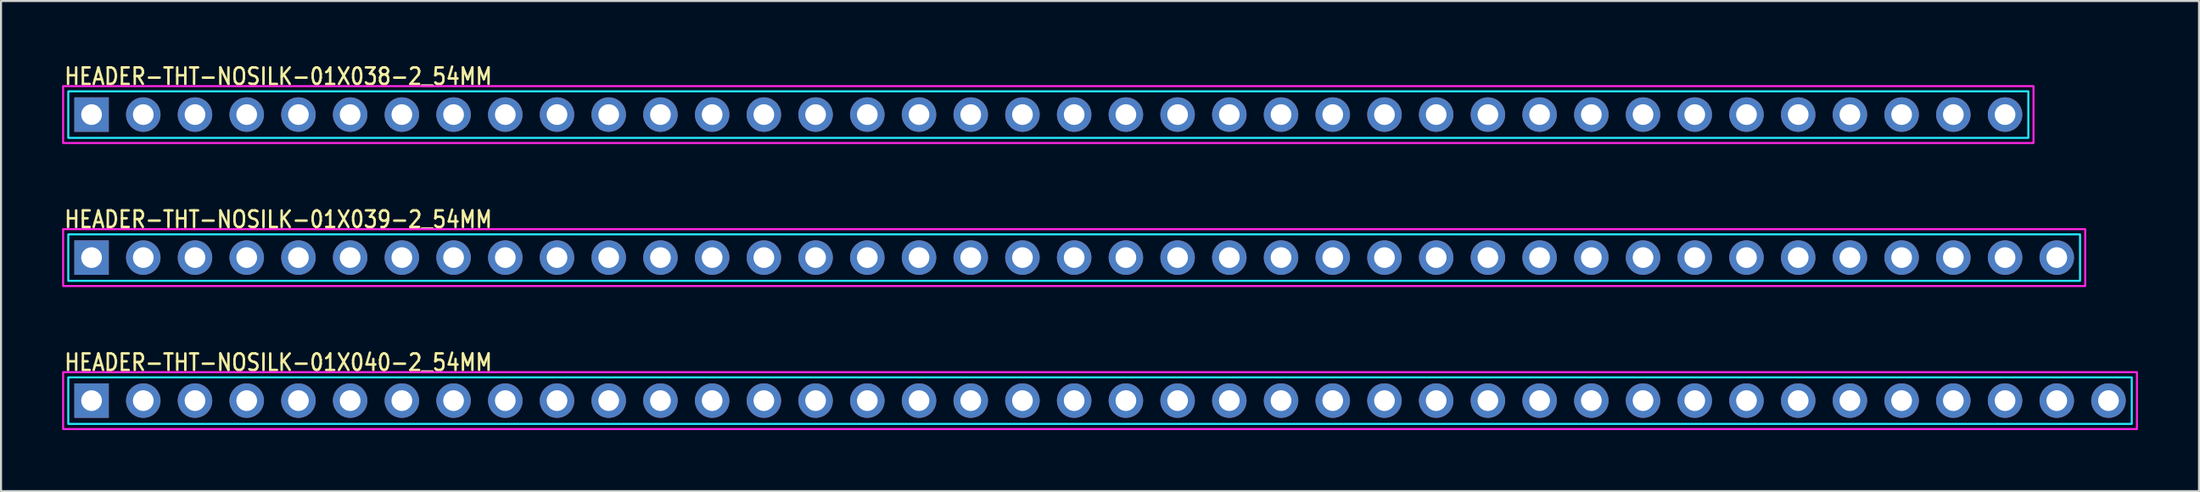
<source format=kicad_pcb>
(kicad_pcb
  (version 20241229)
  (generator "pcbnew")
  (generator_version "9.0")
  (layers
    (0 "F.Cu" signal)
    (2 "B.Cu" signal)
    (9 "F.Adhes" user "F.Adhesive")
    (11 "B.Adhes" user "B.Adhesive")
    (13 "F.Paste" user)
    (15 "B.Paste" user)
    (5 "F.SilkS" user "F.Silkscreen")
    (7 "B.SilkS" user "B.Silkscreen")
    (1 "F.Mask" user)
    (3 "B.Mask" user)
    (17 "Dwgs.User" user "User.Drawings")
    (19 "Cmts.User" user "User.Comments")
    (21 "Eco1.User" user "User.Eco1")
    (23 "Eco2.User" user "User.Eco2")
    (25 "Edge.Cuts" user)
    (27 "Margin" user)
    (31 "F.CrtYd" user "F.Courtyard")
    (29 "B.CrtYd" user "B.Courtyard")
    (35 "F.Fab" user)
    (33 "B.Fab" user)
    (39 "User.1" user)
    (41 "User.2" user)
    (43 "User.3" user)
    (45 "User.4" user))
  (footprint "HEADER-THT-NOSILK-01X038-2_54MM"
    (layer "F.Cu")
    (at 1.447 2.579)
    (property "Reference" "HEADER-THT-NOSILK-01X038-2_54MM" (at -1.4 -1.4 0) (unlocked yes) (layer "F.SilkS") (effects (font (size 0.813 0.695) (thickness 0.122)) (justify left bottom)))
    (fp_poly (pts (xy -1.143 -1.143) (xy 95.123 -1.143) (xy 95.123 1.143) (xy -1.143 1.143)) (stroke (width 0.1) (type solid)) (fill no) (layer "B.CrtYd"))
    (fp_poly (pts (xy -1.397 -1.397) (xy 95.377 -1.397) (xy 95.377 1.397) (xy -1.397 1.397)) (stroke (width 0.1) (type solid)) (fill no) (layer "F.CrtYd"))
    (pad "1" thru_hole rect (at 0 0) (size 1.693 1.693) (drill 1.016) (layers "*.Cu" "*.Mask"))
    (pad "2" thru_hole oval (at 2.54 0) (size 1.693 1.693) (drill 1.016) (layers "*.Cu" "*.Mask"))
    (pad "3" thru_hole oval (at 5.08 0) (size 1.693 1.693) (drill 1.016) (layers "*.Cu" "*.Mask"))
    (pad "4" thru_hole oval (at 7.62 0) (size 1.693 1.693) (drill 1.016) (layers "*.Cu" "*.Mask"))
    (pad "5" thru_hole oval (at 10.16 0) (size 1.693 1.693) (drill 1.016) (layers "*.Cu" "*.Mask"))
    (pad "6" thru_hole oval (at 12.7 0) (size 1.693 1.693) (drill 1.016) (layers "*.Cu" "*.Mask"))
    (pad "7" thru_hole oval (at 15.24 0) (size 1.693 1.693) (drill 1.016) (layers "*.Cu" "*.Mask"))
    (pad "8" thru_hole oval (at 17.78 0) (size 1.693 1.693) (drill 1.016) (layers "*.Cu" "*.Mask"))
    (pad "9" thru_hole oval (at 20.32 0) (size 1.693 1.693) (drill 1.016) (layers "*.Cu" "*.Mask"))
    (pad "10" thru_hole oval (at 22.86 0) (size 1.693 1.693) (drill 1.016) (layers "*.Cu" "*.Mask"))
    (pad "11" thru_hole oval (at 25.4 0) (size 1.693 1.693) (drill 1.016) (layers "*.Cu" "*.Mask"))
    (pad "12" thru_hole oval (at 27.94 0) (size 1.693 1.693) (drill 1.016) (layers "*.Cu" "*.Mask"))
    (pad "13" thru_hole oval (at 30.48 0) (size 1.693 1.693) (drill 1.016) (layers "*.Cu" "*.Mask"))
    (pad "14" thru_hole oval (at 33.02 0) (size 1.693 1.693) (drill 1.016) (layers "*.Cu" "*.Mask"))
    (pad "15" thru_hole oval (at 35.56 0) (size 1.693 1.693) (drill 1.016) (layers "*.Cu" "*.Mask"))
    (pad "16" thru_hole oval (at 38.1 0) (size 1.693 1.693) (drill 1.016) (layers "*.Cu" "*.Mask"))
    (pad "17" thru_hole oval (at 40.64 0) (size 1.693 1.693) (drill 1.016) (layers "*.Cu" "*.Mask"))
    (pad "18" thru_hole oval (at 43.18 0) (size 1.693 1.693) (drill 1.016) (layers "*.Cu" "*.Mask"))
    (pad "19" thru_hole oval (at 45.72 0) (size 1.693 1.693) (drill 1.016) (layers "*.Cu" "*.Mask"))
    (pad "20" thru_hole oval (at 48.26 0) (size 1.693 1.693) (drill 1.016) (layers "*.Cu" "*.Mask"))
    (pad "21" thru_hole oval (at 50.8 0) (size 1.693 1.693) (drill 1.016) (layers "*.Cu" "*.Mask"))
    (pad "22" thru_hole oval (at 53.34 0) (size 1.693 1.693) (drill 1.016) (layers "*.Cu" "*.Mask"))
    (pad "23" thru_hole oval (at 55.88 0) (size 1.693 1.693) (drill 1.016) (layers "*.Cu" "*.Mask"))
    (pad "24" thru_hole oval (at 58.42 0) (size 1.693 1.693) (drill 1.016) (layers "*.Cu" "*.Mask"))
    (pad "25" thru_hole oval (at 60.96 0) (size 1.693 1.693) (drill 1.016) (layers "*.Cu" "*.Mask"))
    (pad "26" thru_hole oval (at 63.5 0) (size 1.693 1.693) (drill 1.016) (layers "*.Cu" "*.Mask"))
    (pad "27" thru_hole oval (at 66.04 0) (size 1.693 1.693) (drill 1.016) (layers "*.Cu" "*.Mask"))
    (pad "28" thru_hole oval (at 68.58 0) (size 1.693 1.693) (drill 1.016) (layers "*.Cu" "*.Mask"))
    (pad "29" thru_hole oval (at 71.12 0) (size 1.693 1.693) (drill 1.016) (layers "*.Cu" "*.Mask"))
    (pad "30" thru_hole oval (at 73.66 0) (size 1.693 1.693) (drill 1.016) (layers "*.Cu" "*.Mask"))
    (pad "31" thru_hole oval (at 76.2 0) (size 1.693 1.693) (drill 1.016) (layers "*.Cu" "*.Mask"))
    (pad "32" thru_hole oval (at 78.74 0) (size 1.693 1.693) (drill 1.016) (layers "*.Cu" "*.Mask"))
    (pad "33" thru_hole oval (at 81.28 0) (size 1.693 1.693) (drill 1.016) (layers "*.Cu" "*.Mask"))
    (pad "34" thru_hole oval (at 83.82 0) (size 1.693 1.693) (drill 1.016) (layers "*.Cu" "*.Mask"))
    (pad "35" thru_hole oval (at 86.36 0) (size 1.693 1.693) (drill 1.016) (layers "*.Cu" "*.Mask"))
    (pad "36" thru_hole oval (at 88.9 0) (size 1.693 1.693) (drill 1.016) (layers "*.Cu" "*.Mask"))
    (pad "37" thru_hole oval (at 91.44 0) (size 1.693 1.693) (drill 1.016) (layers "*.Cu" "*.Mask"))
    (pad "38" thru_hole oval (at 93.98 0) (size 1.693 1.693) (drill 1.016) (layers "*.Cu" "*.Mask")))
  (footprint "HEADER-THT-NOSILK-01X039-2_54MM"
    (layer "F.Cu")
    (at 1.447 9.604)
    (property "Reference" "HEADER-THT-NOSILK-01X039-2_54MM" (at -1.4 -1.4 0) (unlocked yes) (layer "F.SilkS") (effects (font (size 0.813 0.695) (thickness 0.122)) (justify left bottom)))
    (fp_poly (pts (xy -1.143 -1.143) (xy 97.663 -1.143) (xy 97.663 1.143) (xy -1.143 1.143)) (stroke (width 0.1) (type solid)) (fill no) (layer "B.CrtYd"))
    (fp_poly (pts (xy -1.397 -1.397) (xy 97.917 -1.397) (xy 97.917 1.397) (xy -1.397 1.397)) (stroke (width 0.1) (type solid)) (fill no) (layer "F.CrtYd"))
    (pad "1" thru_hole rect (at 0 0) (size 1.693 1.693) (drill 1.016) (layers "*.Cu" "*.Mask"))
    (pad "2" thru_hole oval (at 2.54 0) (size 1.693 1.693) (drill 1.016) (layers "*.Cu" "*.Mask"))
    (pad "3" thru_hole oval (at 5.08 0) (size 1.693 1.693) (drill 1.016) (layers "*.Cu" "*.Mask"))
    (pad "4" thru_hole oval (at 7.62 0) (size 1.693 1.693) (drill 1.016) (layers "*.Cu" "*.Mask"))
    (pad "5" thru_hole oval (at 10.16 0) (size 1.693 1.693) (drill 1.016) (layers "*.Cu" "*.Mask"))
    (pad "6" thru_hole oval (at 12.7 0) (size 1.693 1.693) (drill 1.016) (layers "*.Cu" "*.Mask"))
    (pad "7" thru_hole oval (at 15.24 0) (size 1.693 1.693) (drill 1.016) (layers "*.Cu" "*.Mask"))
    (pad "8" thru_hole oval (at 17.78 0) (size 1.693 1.693) (drill 1.016) (layers "*.Cu" "*.Mask"))
    (pad "9" thru_hole oval (at 20.32 0) (size 1.693 1.693) (drill 1.016) (layers "*.Cu" "*.Mask"))
    (pad "10" thru_hole oval (at 22.86 0) (size 1.693 1.693) (drill 1.016) (layers "*.Cu" "*.Mask"))
    (pad "11" thru_hole oval (at 25.4 0) (size 1.693 1.693) (drill 1.016) (layers "*.Cu" "*.Mask"))
    (pad "12" thru_hole oval (at 27.94 0) (size 1.693 1.693) (drill 1.016) (layers "*.Cu" "*.Mask"))
    (pad "13" thru_hole oval (at 30.48 0) (size 1.693 1.693) (drill 1.016) (layers "*.Cu" "*.Mask"))
    (pad "14" thru_hole oval (at 33.02 0) (size 1.693 1.693) (drill 1.016) (layers "*.Cu" "*.Mask"))
    (pad "15" thru_hole oval (at 35.56 0) (size 1.693 1.693) (drill 1.016) (layers "*.Cu" "*.Mask"))
    (pad "16" thru_hole oval (at 38.1 0) (size 1.693 1.693) (drill 1.016) (layers "*.Cu" "*.Mask"))
    (pad "17" thru_hole oval (at 40.64 0) (size 1.693 1.693) (drill 1.016) (layers "*.Cu" "*.Mask"))
    (pad "18" thru_hole oval (at 43.18 0) (size 1.693 1.693) (drill 1.016) (layers "*.Cu" "*.Mask"))
    (pad "19" thru_hole oval (at 45.72 0) (size 1.693 1.693) (drill 1.016) (layers "*.Cu" "*.Mask"))
    (pad "20" thru_hole oval (at 48.26 0) (size 1.693 1.693) (drill 1.016) (layers "*.Cu" "*.Mask"))
    (pad "21" thru_hole oval (at 50.8 0) (size 1.693 1.693) (drill 1.016) (layers "*.Cu" "*.Mask"))
    (pad "22" thru_hole oval (at 53.34 0) (size 1.693 1.693) (drill 1.016) (layers "*.Cu" "*.Mask"))
    (pad "23" thru_hole oval (at 55.88 0) (size 1.693 1.693) (drill 1.016) (layers "*.Cu" "*.Mask"))
    (pad "24" thru_hole oval (at 58.42 0) (size 1.693 1.693) (drill 1.016) (layers "*.Cu" "*.Mask"))
    (pad "25" thru_hole oval (at 60.96 0) (size 1.693 1.693) (drill 1.016) (layers "*.Cu" "*.Mask"))
    (pad "26" thru_hole oval (at 63.5 0) (size 1.693 1.693) (drill 1.016) (layers "*.Cu" "*.Mask"))
    (pad "27" thru_hole oval (at 66.04 0) (size 1.693 1.693) (drill 1.016) (layers "*.Cu" "*.Mask"))
    (pad "28" thru_hole oval (at 68.58 0) (size 1.693 1.693) (drill 1.016) (layers "*.Cu" "*.Mask"))
    (pad "29" thru_hole oval (at 71.12 0) (size 1.693 1.693) (drill 1.016) (layers "*.Cu" "*.Mask"))
    (pad "30" thru_hole oval (at 73.66 0) (size 1.693 1.693) (drill 1.016) (layers "*.Cu" "*.Mask"))
    (pad "31" thru_hole oval (at 76.2 0) (size 1.693 1.693) (drill 1.016) (layers "*.Cu" "*.Mask"))
    (pad "32" thru_hole oval (at 78.74 0) (size 1.693 1.693) (drill 1.016) (layers "*.Cu" "*.Mask"))
    (pad "33" thru_hole oval (at 81.28 0) (size 1.693 1.693) (drill 1.016) (layers "*.Cu" "*.Mask"))
    (pad "34" thru_hole oval (at 83.82 0) (size 1.693 1.693) (drill 1.016) (layers "*.Cu" "*.Mask"))
    (pad "35" thru_hole oval (at 86.36 0) (size 1.693 1.693) (drill 1.016) (layers "*.Cu" "*.Mask"))
    (pad "36" thru_hole oval (at 88.9 0) (size 1.693 1.693) (drill 1.016) (layers "*.Cu" "*.Mask"))
    (pad "37" thru_hole oval (at 91.44 0) (size 1.693 1.693) (drill 1.016) (layers "*.Cu" "*.Mask"))
    (pad "38" thru_hole oval (at 93.98 0) (size 1.693 1.693) (drill 1.016) (layers "*.Cu" "*.Mask"))
    (pad "39" thru_hole oval (at 96.52 0) (size 1.693 1.693) (drill 1.016) (layers "*.Cu" "*.Mask")))
  (footprint "HEADER-THT-NOSILK-01X040-2_54MM"
    (layer "F.Cu")
    (at 1.447 16.63)
    (property "Reference" "HEADER-THT-NOSILK-01X040-2_54MM" (at -1.4 -1.4 0) (unlocked yes) (layer "F.SilkS") (effects (font (size 0.813 0.695) (thickness 0.122)) (justify left bottom)))
    (fp_poly (pts (xy -1.143 -1.143) (xy 100.203 -1.143) (xy 100.203 1.143) (xy -1.143 1.143)) (stroke (width 0.1) (type solid)) (fill no) (layer "B.CrtYd"))
    (fp_poly (pts (xy -1.397 -1.397) (xy 100.457 -1.397) (xy 100.457 1.397) (xy -1.397 1.397)) (stroke (width 0.1) (type solid)) (fill no) (layer "F.CrtYd"))
    (pad "1" thru_hole rect (at 0 0) (size 1.693 1.693) (drill 1.016) (layers "*.Cu" "*.Mask"))
    (pad "2" thru_hole oval (at 2.54 0) (size 1.693 1.693) (drill 1.016) (layers "*.Cu" "*.Mask"))
    (pad "3" thru_hole oval (at 5.08 0) (size 1.693 1.693) (drill 1.016) (layers "*.Cu" "*.Mask"))
    (pad "4" thru_hole oval (at 7.62 0) (size 1.693 1.693) (drill 1.016) (layers "*.Cu" "*.Mask"))
    (pad "5" thru_hole oval (at 10.16 0) (size 1.693 1.693) (drill 1.016) (layers "*.Cu" "*.Mask"))
    (pad "6" thru_hole oval (at 12.7 0) (size 1.693 1.693) (drill 1.016) (layers "*.Cu" "*.Mask"))
    (pad "7" thru_hole oval (at 15.24 0) (size 1.693 1.693) (drill 1.016) (layers "*.Cu" "*.Mask"))
    (pad "8" thru_hole oval (at 17.78 0) (size 1.693 1.693) (drill 1.016) (layers "*.Cu" "*.Mask"))
    (pad "9" thru_hole oval (at 20.32 0) (size 1.693 1.693) (drill 1.016) (layers "*.Cu" "*.Mask"))
    (pad "10" thru_hole oval (at 22.86 0) (size 1.693 1.693) (drill 1.016) (layers "*.Cu" "*.Mask"))
    (pad "11" thru_hole oval (at 25.4 0) (size 1.693 1.693) (drill 1.016) (layers "*.Cu" "*.Mask"))
    (pad "12" thru_hole oval (at 27.94 0) (size 1.693 1.693) (drill 1.016) (layers "*.Cu" "*.Mask"))
    (pad "13" thru_hole oval (at 30.48 0) (size 1.693 1.693) (drill 1.016) (layers "*.Cu" "*.Mask"))
    (pad "14" thru_hole oval (at 33.02 0) (size 1.693 1.693) (drill 1.016) (layers "*.Cu" "*.Mask"))
    (pad "15" thru_hole oval (at 35.56 0) (size 1.693 1.693) (drill 1.016) (layers "*.Cu" "*.Mask"))
    (pad "16" thru_hole oval (at 38.1 0) (size 1.693 1.693) (drill 1.016) (layers "*.Cu" "*.Mask"))
    (pad "17" thru_hole oval (at 40.64 0) (size 1.693 1.693) (drill 1.016) (layers "*.Cu" "*.Mask"))
    (pad "18" thru_hole oval (at 43.18 0) (size 1.693 1.693) (drill 1.016) (layers "*.Cu" "*.Mask"))
    (pad "19" thru_hole oval (at 45.72 0) (size 1.693 1.693) (drill 1.016) (layers "*.Cu" "*.Mask"))
    (pad "20" thru_hole oval (at 48.26 0) (size 1.693 1.693) (drill 1.016) (layers "*.Cu" "*.Mask"))
    (pad "21" thru_hole oval (at 50.8 0) (size 1.693 1.693) (drill 1.016) (layers "*.Cu" "*.Mask"))
    (pad "22" thru_hole oval (at 53.34 0) (size 1.693 1.693) (drill 1.016) (layers "*.Cu" "*.Mask"))
    (pad "23" thru_hole oval (at 55.88 0) (size 1.693 1.693) (drill 1.016) (layers "*.Cu" "*.Mask"))
    (pad "24" thru_hole oval (at 58.42 0) (size 1.693 1.693) (drill 1.016) (layers "*.Cu" "*.Mask"))
    (pad "25" thru_hole oval (at 60.96 0) (size 1.693 1.693) (drill 1.016) (layers "*.Cu" "*.Mask"))
    (pad "26" thru_hole oval (at 63.5 0) (size 1.693 1.693) (drill 1.016) (layers "*.Cu" "*.Mask"))
    (pad "27" thru_hole oval (at 66.04 0) (size 1.693 1.693) (drill 1.016) (layers "*.Cu" "*.Mask"))
    (pad "28" thru_hole oval (at 68.58 0) (size 1.693 1.693) (drill 1.016) (layers "*.Cu" "*.Mask"))
    (pad "29" thru_hole oval (at 71.12 0) (size 1.693 1.693) (drill 1.016) (layers "*.Cu" "*.Mask"))
    (pad "30" thru_hole oval (at 73.66 0) (size 1.693 1.693) (drill 1.016) (layers "*.Cu" "*.Mask"))
    (pad "31" thru_hole oval (at 76.2 0) (size 1.693 1.693) (drill 1.016) (layers "*.Cu" "*.Mask"))
    (pad "32" thru_hole oval (at 78.74 0) (size 1.693 1.693) (drill 1.016) (layers "*.Cu" "*.Mask"))
    (pad "33" thru_hole oval (at 81.28 0) (size 1.693 1.693) (drill 1.016) (layers "*.Cu" "*.Mask"))
    (pad "34" thru_hole oval (at 83.82 0) (size 1.693 1.693) (drill 1.016) (layers "*.Cu" "*.Mask"))
    (pad "35" thru_hole oval (at 86.36 0) (size 1.693 1.693) (drill 1.016) (layers "*.Cu" "*.Mask"))
    (pad "36" thru_hole oval (at 88.9 0) (size 1.693 1.693) (drill 1.016) (layers "*.Cu" "*.Mask"))
    (pad "37" thru_hole oval (at 91.44 0) (size 1.693 1.693) (drill 1.016) (layers "*.Cu" "*.Mask"))
    (pad "38" thru_hole oval (at 93.98 0) (size 1.693 1.693) (drill 1.016) (layers "*.Cu" "*.Mask"))
    (pad "39" thru_hole oval (at 96.52 0) (size 1.693 1.693) (drill 1.016) (layers "*.Cu" "*.Mask"))
    (pad "40" thru_hole oval (at 99.06 0) (size 1.693 1.693) (drill 1.016) (layers "*.Cu" "*.Mask")))
  (gr_rect
    (start -3 -3)
    (end 104.954 21.077)
    (stroke (width 0.1) (type default))
    (fill no)
    (layer "Edge.Cuts")))
</source>
